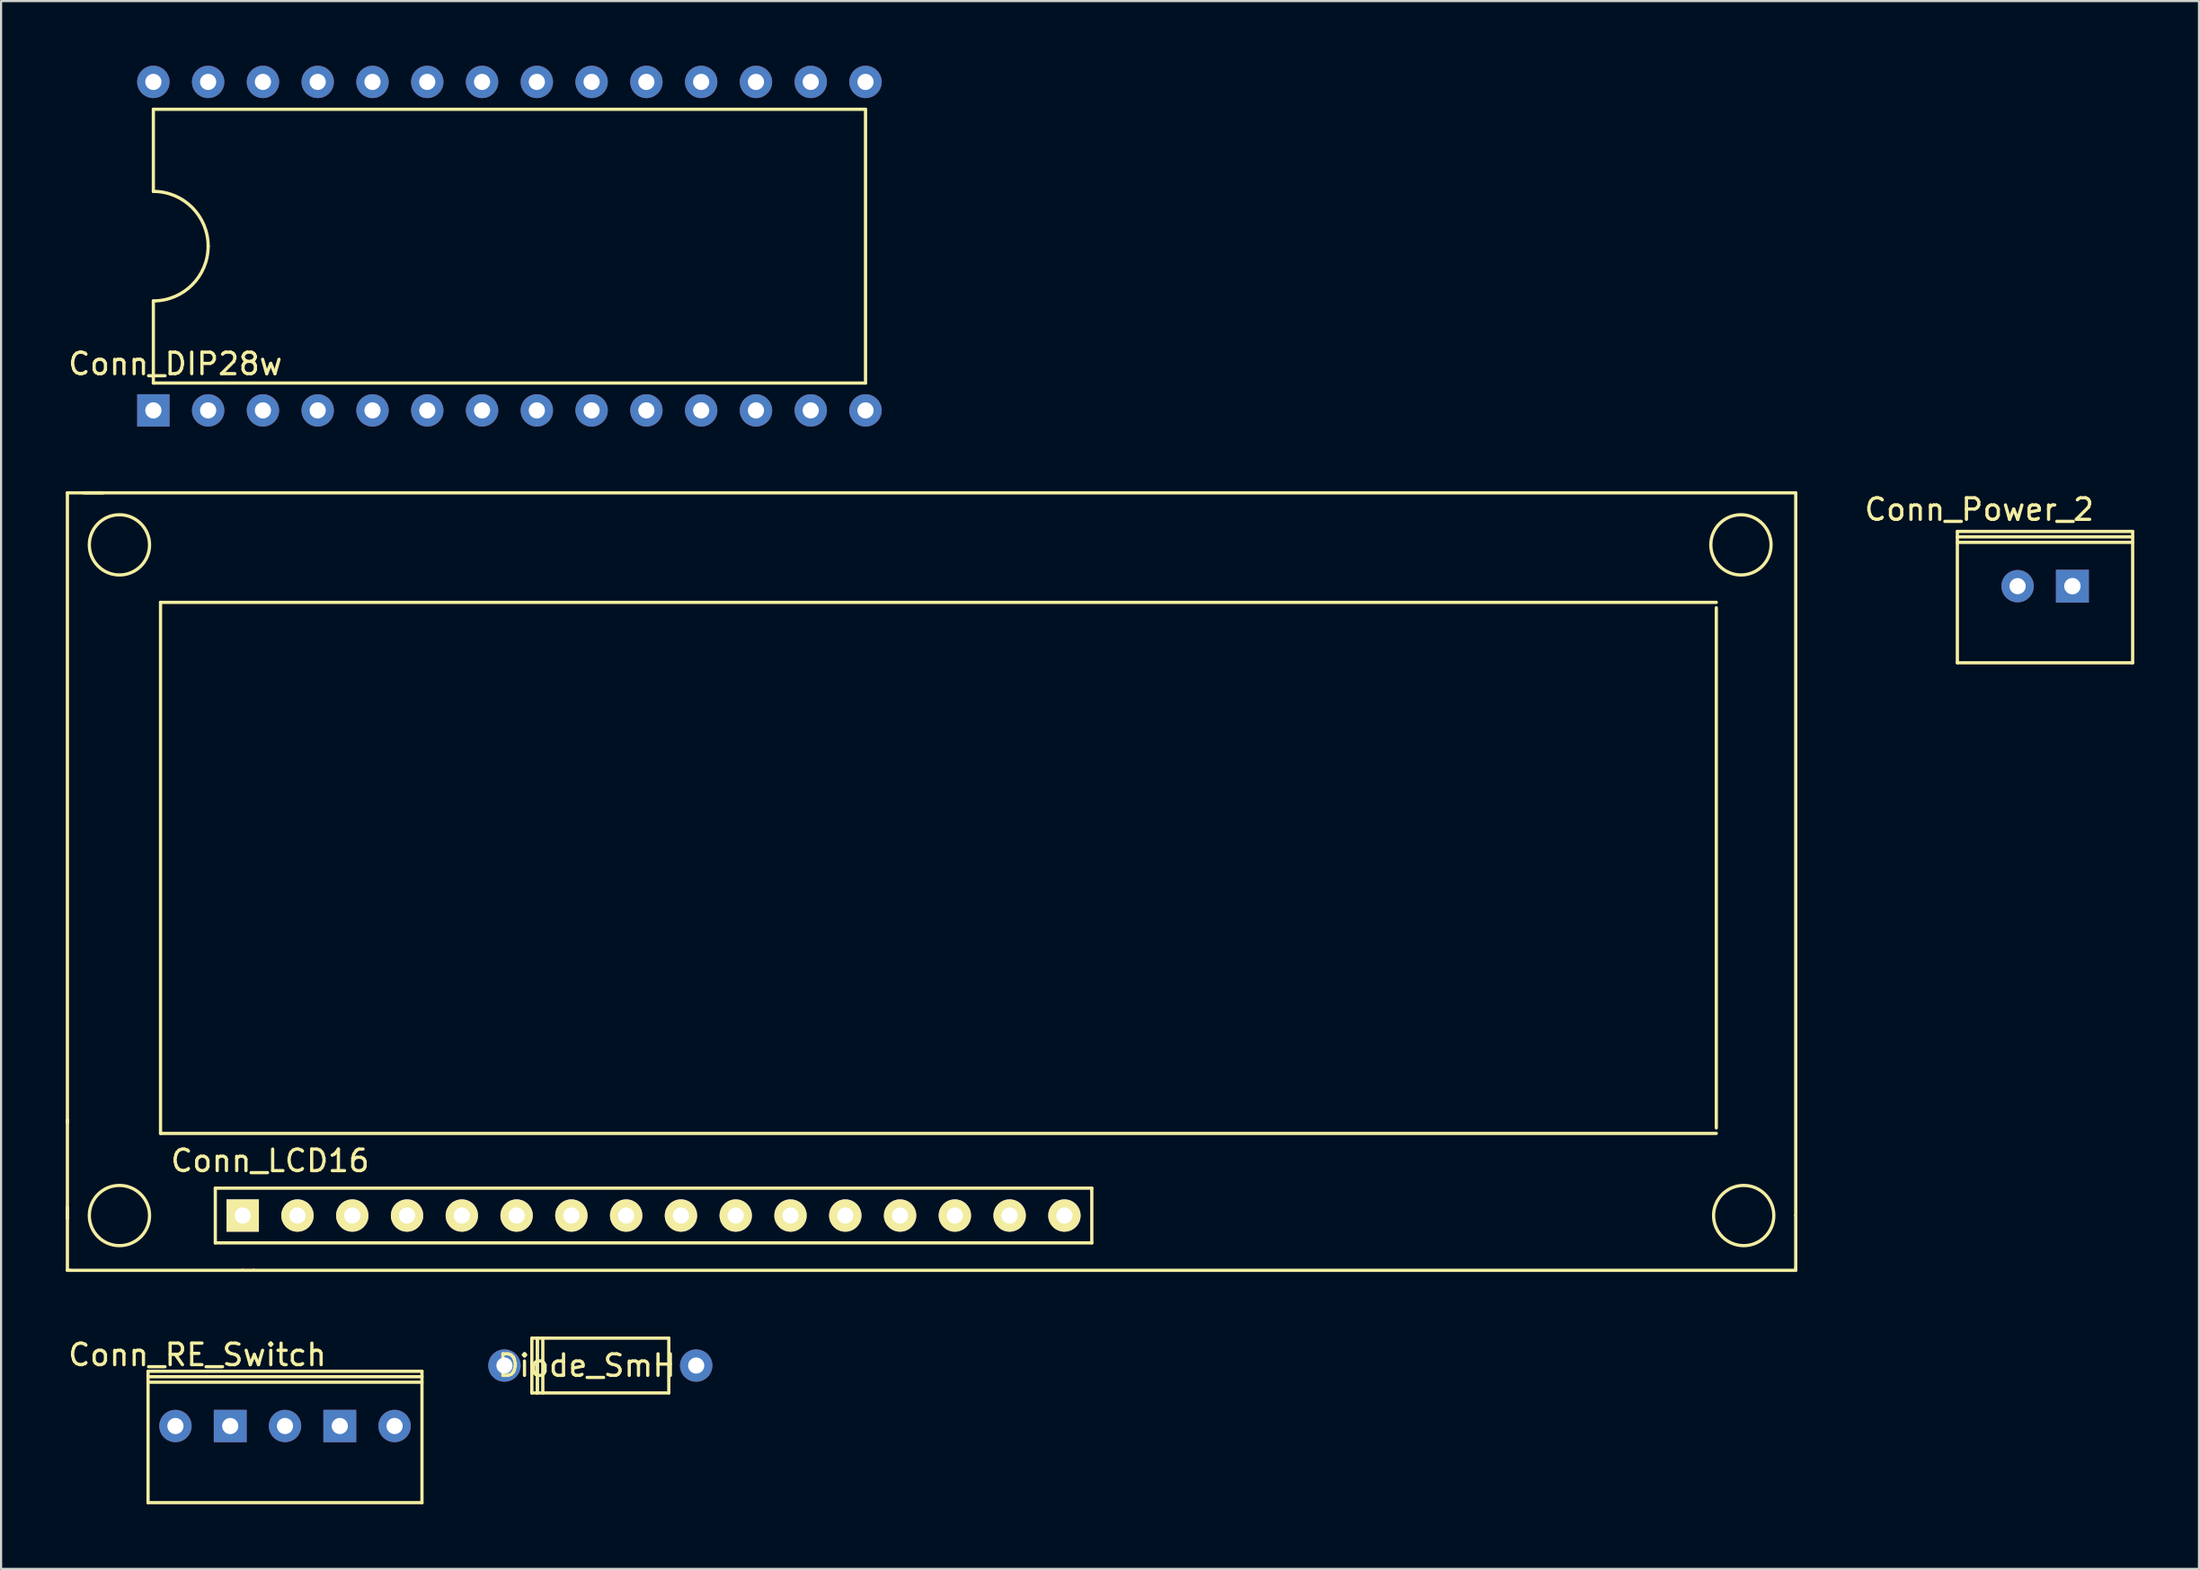
<source format=kicad_pcb>
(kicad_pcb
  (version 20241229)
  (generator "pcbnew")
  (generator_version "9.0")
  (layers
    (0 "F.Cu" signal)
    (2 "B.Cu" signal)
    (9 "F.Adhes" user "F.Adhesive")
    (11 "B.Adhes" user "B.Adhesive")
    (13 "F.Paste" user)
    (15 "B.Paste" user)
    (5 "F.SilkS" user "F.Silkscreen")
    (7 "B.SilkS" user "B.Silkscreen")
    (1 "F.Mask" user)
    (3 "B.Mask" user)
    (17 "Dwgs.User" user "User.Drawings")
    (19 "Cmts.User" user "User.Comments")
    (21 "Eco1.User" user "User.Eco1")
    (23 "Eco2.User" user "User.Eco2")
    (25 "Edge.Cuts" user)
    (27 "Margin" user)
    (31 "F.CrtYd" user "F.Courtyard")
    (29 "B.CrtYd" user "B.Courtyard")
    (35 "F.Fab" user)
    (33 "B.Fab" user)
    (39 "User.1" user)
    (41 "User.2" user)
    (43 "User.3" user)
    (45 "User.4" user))
  (footprint "Diode_SmH"
    (layer "F.Cu")
    (at 24.912 60.303)
    (property "Reference" "Diode_SmH" (at -0.762 0 0) (layer "F.SilkS") (effects (font (size 1 1) (thickness 0.15))))
    (attr through_hole)
    (fp_line (start -3.302 -1.27) (end 3.048 -1.27) (stroke (width 0.15) (type solid)) (layer "F.SilkS"))
    (fp_line (start -3.302 1.27) (end -3.302 -1.27) (stroke (width 0.15) (type solid)) (layer "F.SilkS"))
    (fp_line (start -3.302 1.27) (end 3.048 1.27) (stroke (width 0.15) (type solid)) (layer "F.SilkS"))
    (fp_line (start -3.048 -1.27) (end -3.048 1.27) (stroke (width 0.15) (type solid)) (layer "F.SilkS"))
    (fp_line (start -3.048 1.27) (end -3.048 -1.27) (stroke (width 0.15) (type solid)) (layer "F.SilkS"))
    (fp_line (start -2.794 -1.27) (end -2.794 1.27) (stroke (width 0.15) (type solid)) (layer "F.SilkS"))
    (fp_line (start 3.048 -1.27) (end 3.048 1.27) (stroke (width 0.15) (type solid)) (layer "F.SilkS"))
    (pad "1" thru_hole circle (at -4.572 0) (size 1.5 1.5) (drill 0.75) (layers "*.Cu" "*.Mask"))
    (pad "2" thru_hole circle (at 4.318 0) (size 1.5 1.5) (drill 0.75) (layers "*.Cu" "*.Mask")))
  (footprint "Conn_Power_2"
    (layer "F.Cu")
    (at 91.77 24.144)
    (property "Reference" "Conn_Power_2" (at -3.048 -3.556 0) (layer "F.SilkS") (effects (font (size 1 1) (thickness 0.15))))
    (attr through_hole)
    (fp_line (start -4.064 -2.54) (end -4.064 3.556) (stroke (width 0.15) (type solid)) (layer "F.SilkS"))
    (fp_line (start -4.064 -2.54) (end 4.064 -2.54) (stroke (width 0.15) (type solid)) (layer "F.SilkS"))
    (fp_line (start -4.064 -2.286) (end 4.064 -2.286) (stroke (width 0.15) (type solid)) (layer "F.SilkS"))
    (fp_line (start -4.064 -2.032) (end 4.064 -2.032) (stroke (width 0.15) (type solid)) (layer "F.SilkS"))
    (fp_line (start -4.064 3.556) (end 4.064 3.556) (stroke (width 0.15) (type solid)) (layer "F.SilkS"))
    (fp_line (start 4.064 -2.54) (end 4.064 3.556) (stroke (width 0.15) (type solid)) (layer "F.SilkS"))
    (pad "1" thru_hole circle (at -1.27 0 180) (size 1.5 1.5) (drill 0.75) (layers "*.Cu" "*.Mask"))
    (pad "2" thru_hole rect (at 1.27 0 180) (size 1.524 1.524) (drill 0.762) (layers "*.Cu" "*.Mask")))
  (footprint "Conn_LCD16"
    (layer "F.Cu")
    (at 27.253 53.343)
    (property "Reference" "Conn_LCD16" (at -17.78 -2.54 0) (layer "F.SilkS") (effects (font (size 1 1) (thickness 0.15))))
    (attr through_hole)
    (fp_line (start -27.178 -33.528) (end 52.959 -33.528) (stroke (width 0.15) (type solid)) (layer "F.SilkS"))
    (fp_line (start -27.178 -4.318) (end -27.178 -33.528) (stroke (width 0.15) (type solid)) (layer "F.SilkS"))
    (fp_line (start -27.178 0.127) (end -27.178 -0.381) (stroke (width 0.15) (type solid)) (layer "F.SilkS"))
    (fp_line (start -27.178 2.54) (end -27.178 -4.445) (stroke (width 0.15) (type solid)) (layer "F.SilkS"))
    (fp_line (start -27.051 2.54) (end -27.178 2.54) (stroke (width 0.15) (type solid)) (layer "F.SilkS"))
    (fp_line (start -26.416 -33.528) (end -25.527 -33.528) (stroke (width 0.15) (type solid)) (layer "F.SilkS"))
    (fp_line (start -22.86 -28.448) (end -22.86 -3.81) (stroke (width 0.15) (type solid)) (layer "F.SilkS"))
    (fp_line (start -22.86 -28.448) (end 49.276 -28.448) (stroke (width 0.15) (type solid)) (layer "F.SilkS"))
    (fp_line (start -22.86 -3.81) (end 49.276 -3.81) (stroke (width 0.15) (type solid)) (layer "F.SilkS"))
    (fp_line (start -20.32 -1.27) (end 20.32 -1.27) (stroke (width 0.15) (type solid)) (layer "F.SilkS"))
    (fp_line (start -20.32 1.27) (end -20.32 -1.27) (stroke (width 0.15) (type solid)) (layer "F.SilkS"))
    (fp_line (start -19.05 2.54) (end -27.051 2.54) (stroke (width 0.15) (type solid)) (layer "F.SilkS"))
    (fp_line (start -19.05 2.54) (end -18.542 2.54) (stroke (width 0.15) (type solid)) (layer "F.SilkS"))
    (fp_line (start -18.542 2.54) (end 52.959 2.54) (stroke (width 0.15) (type solid)) (layer "F.SilkS"))
    (fp_line (start 20.32 -1.27) (end 20.32 1.27) (stroke (width 0.15) (type solid)) (layer "F.SilkS"))
    (fp_line (start 20.32 1.27) (end -20.32 1.27) (stroke (width 0.15) (type solid)) (layer "F.SilkS"))
    (fp_line (start 49.276 -28.194) (end 49.276 -4.064) (stroke (width 0.15) (type solid)) (layer "F.SilkS"))
    (fp_line (start 52.959 0) (end 52.959 -33.528) (stroke (width 0.15) (type solid)) (layer "F.SilkS"))
    (fp_line (start 52.959 0) (end 52.959 2.413) (stroke (width 0.15) (type solid)) (layer "F.SilkS"))
    (fp_line (start 52.959 2.413) (end 52.959 2.54) (stroke (width 0.15) (type solid)) (layer "F.SilkS"))
    (fp_circle (center -24.765 -31.115) (end -24.765 -32.512) (stroke (width 0.15) (type solid)) (fill no) (layer "F.SilkS"))
    (fp_circle (center -24.765 0) (end -24.765 -1.397) (stroke (width 0.15) (type solid)) (fill no) (layer "F.SilkS"))
    (fp_circle (center 50.419 -31.115) (end 51.816 -31.115) (stroke (width 0.15) (type solid)) (fill no) (layer "F.SilkS"))
    (fp_circle (center 50.546 0) (end 50.546 1.397) (stroke (width 0.15) (type solid)) (fill no) (layer "F.SilkS"))
    (pad "1" thru_hole rect (at -19.05 0) (size 1.5 1.5) (drill 0.75) (layers "*.Cu" "*.Mask" "F.SilkS"))
    (pad "2" thru_hole circle (at -16.51 0) (size 1.5 1.5) (drill 0.75) (layers "*.Cu" "*.Mask" "F.SilkS"))
    (pad "3" thru_hole circle (at -13.97 0) (size 1.5 1.5) (drill 0.75) (layers "*.Cu" "*.Mask" "F.SilkS"))
    (pad "4" thru_hole circle (at -11.43 0) (size 1.5 1.5) (drill 0.75) (layers "*.Cu" "*.Mask" "F.SilkS"))
    (pad "5" thru_hole circle (at -8.89 0) (size 1.5 1.5) (drill 0.75) (layers "*.Cu" "*.Mask" "F.SilkS"))
    (pad "6" thru_hole circle (at -6.35 0) (size 1.5 1.5) (drill 0.75) (layers "*.Cu" "*.Mask" "F.SilkS"))
    (pad "7" thru_hole circle (at -3.81 0) (size 1.5 1.5) (drill 0.75) (layers "*.Cu" "*.Mask" "F.SilkS"))
    (pad "8" thru_hole circle (at -1.27 0) (size 1.5 1.5) (drill 0.75) (layers "*.Cu" "*.Mask" "F.SilkS"))
    (pad "9" thru_hole circle (at 1.27 0) (size 1.5 1.5) (drill 0.75) (layers "*.Cu" "*.Mask" "F.SilkS"))
    (pad "10" thru_hole circle (at 3.81 0) (size 1.5 1.5) (drill 0.75) (layers "*.Cu" "*.Mask" "F.SilkS"))
    (pad "11" thru_hole circle (at 6.35 0) (size 1.5 1.5) (drill 0.75) (layers "*.Cu" "*.Mask" "F.SilkS"))
    (pad "12" thru_hole circle (at 8.89 0) (size 1.5 1.5) (drill 0.75) (layers "*.Cu" "*.Mask" "F.SilkS"))
    (pad "13" thru_hole circle (at 11.43 0) (size 1.5 1.5) (drill 0.75) (layers "*.Cu" "*.Mask" "F.SilkS"))
    (pad "14" thru_hole circle (at 13.97 0) (size 1.5 1.5) (drill 0.75) (layers "*.Cu" "*.Mask" "F.SilkS"))
    (pad "15" thru_hole circle (at 16.51 0) (size 1.5 1.5) (drill 0.75) (layers "*.Cu" "*.Mask" "F.SilkS"))
    (pad "16" thru_hole circle (at 19.05 0) (size 1.5 1.5) (drill 0.75) (layers "*.Cu" "*.Mask" "F.SilkS")))
  (footprint "Conn_DIP28w"
    (layer "F.Cu")
    (at 21.46 8.243)
    (property "Reference" "Conn_DIP28w" (at -16.383 5.588 180) (layer "F.SilkS") (effects (font (size 1 1) (thickness 0.15))))
    (attr through_hole)
    (fp_line (start -17.399 -2.413) (end -17.399 -6.223) (stroke (width 0.15) (type solid)) (layer "F.SilkS"))
    (fp_line (start -17.399 6.477) (end -17.399 2.667) (stroke (width 0.15) (type solid)) (layer "F.SilkS"))
    (fp_line (start -17.399 6.477) (end 15.621 6.477) (stroke (width 0.15) (type solid)) (layer "F.SilkS"))
    (fp_line (start 15.621 -6.223) (end -17.399 -6.223) (stroke (width 0.15) (type solid)) (layer "F.SilkS"))
    (fp_line (start 15.621 6.477) (end 15.621 -6.223) (stroke (width 0.15) (type solid)) (layer "F.SilkS"))
    (fp_arc (start -17.399 -2.413) (mid -15.602949 -1.669051) (end -14.859 0.127) (stroke (width 0.15) (type solid)) (layer "F.SilkS"))
    (fp_arc (start -14.859 0.127) (mid -15.602949 1.923051) (end -17.399 2.667) (stroke (width 0.15) (type solid)) (layer "F.SilkS"))
    (pad "1" thru_hole rect (at -17.399 7.747 90) (size 1.5 1.5) (drill 0.75) (layers "*.Cu" "*.Mask"))
    (pad "2" thru_hole circle (at -14.859 7.747 90) (size 1.5 1.5) (drill 0.75) (layers "*.Cu" "*.Mask"))
    (pad "3" thru_hole circle (at -12.319 7.747 90) (size 1.5 1.5) (drill 0.75) (layers "*.Cu" "*.Mask"))
    (pad "4" thru_hole circle (at -9.779 7.747 90) (size 1.5 1.5) (drill 0.75) (layers "*.Cu" "*.Mask"))
    (pad "5" thru_hole circle (at -7.239 7.747 90) (size 1.5 1.5) (drill 0.75) (layers "*.Cu" "*.Mask"))
    (pad "6" thru_hole circle (at -4.699 7.747 90) (size 1.5 1.5) (drill 0.75) (layers "*.Cu" "*.Mask"))
    (pad "7" thru_hole circle (at -2.159 7.747 90) (size 1.5 1.5) (drill 0.75) (layers "*.Cu" "*.Mask"))
    (pad "8" thru_hole circle (at 0.381 7.747 90) (size 1.5 1.5) (drill 0.75) (layers "*.Cu" "*.Mask"))
    (pad "9" thru_hole circle (at 2.921 7.747 90) (size 1.5 1.5) (drill 0.75) (layers "*.Cu" "*.Mask"))
    (pad "10" thru_hole circle (at 5.461 7.747 90) (size 1.5 1.5) (drill 0.75) (layers "*.Cu" "*.Mask"))
    (pad "11" thru_hole circle (at 8.001 7.747 90) (size 1.5 1.5) (drill 0.75) (layers "*.Cu" "*.Mask"))
    (pad "12" thru_hole circle (at 10.541 7.747 90) (size 1.5 1.5) (drill 0.75) (layers "*.Cu" "*.Mask"))
    (pad "13" thru_hole circle (at 13.081 7.747 90) (size 1.5 1.5) (drill 0.75) (layers "*.Cu" "*.Mask"))
    (pad "14" thru_hole circle (at 15.621 7.747 90) (size 1.5 1.5) (drill 0.75) (layers "*.Cu" "*.Mask"))
    (pad "15" thru_hole circle (at 15.621 -7.493 90) (size 1.5 1.5) (drill 0.75) (layers "*.Cu" "*.Mask"))
    (pad "16" thru_hole circle (at 13.081 -7.493 90) (size 1.5 1.5) (drill 0.75) (layers "*.Cu" "*.Mask"))
    (pad "17" thru_hole circle (at 10.541 -7.493 90) (size 1.5 1.5) (drill 0.75) (layers "*.Cu" "*.Mask"))
    (pad "18" thru_hole circle (at 8.001 -7.493 90) (size 1.5 1.5) (drill 0.75) (layers "*.Cu" "*.Mask"))
    (pad "19" thru_hole circle (at 5.461 -7.493 90) (size 1.5 1.5) (drill 0.75) (layers "*.Cu" "*.Mask"))
    (pad "20" thru_hole circle (at 2.921 -7.493 90) (size 1.5 1.5) (drill 0.75) (layers "*.Cu" "*.Mask"))
    (pad "21" thru_hole circle (at 0.381 -7.493 90) (size 1.5 1.5) (drill 0.75) (layers "*.Cu" "*.Mask"))
    (pad "22" thru_hole circle (at -2.159 -7.493 90) (size 1.5 1.5) (drill 0.75) (layers "*.Cu" "*.Mask"))
    (pad "23" thru_hole circle (at -4.699 -7.493 90) (size 1.5 1.5) (drill 0.75) (layers "*.Cu" "*.Mask"))
    (pad "24" thru_hole circle (at -7.239 -7.493 90) (size 1.5 1.5) (drill 0.75) (layers "*.Cu" "*.Mask"))
    (pad "25" thru_hole circle (at -9.779 -7.493 90) (size 1.5 1.5) (drill 0.75) (layers "*.Cu" "*.Mask"))
    (pad "26" thru_hole circle (at -12.319 -7.493 90) (size 1.5 1.5) (drill 0.75) (layers "*.Cu" "*.Mask"))
    (pad "27" thru_hole circle (at -14.859 -7.493 90) (size 1.5 1.5) (drill 0.75) (layers "*.Cu" "*.Mask"))
    (pad "28" thru_hole circle (at -17.399 -7.493 90) (size 1.5 1.5) (drill 0.75) (layers "*.Cu" "*.Mask")))
  (footprint "Conn_RE_Switch"
    (layer "F.Cu")
    (at 10.165 63.108)
    (property "Reference" "Conn_RE_Switch" (at -4.064 -3.302 0) (layer "F.SilkS") (effects (font (size 1 1) (thickness 0.15))))
    (attr through_hole)
    (fp_line (start -6.35 -2.54) (end -6.35 3.556) (stroke (width 0.15) (type solid)) (layer "F.SilkS"))
    (fp_line (start -6.35 -2.54) (end 6.35 -2.54) (stroke (width 0.15) (type solid)) (layer "F.SilkS"))
    (fp_line (start -6.35 -2.286) (end 6.35 -2.286) (stroke (width 0.15) (type solid)) (layer "F.SilkS"))
    (fp_line (start -6.35 -2.032) (end 6.35 -2.032) (stroke (width 0.15) (type solid)) (layer "F.SilkS"))
    (fp_line (start -6.35 3.556) (end 6.35 3.556) (stroke (width 0.15) (type solid)) (layer "F.SilkS"))
    (fp_line (start 6.35 -2.54) (end 6.35 3.556) (stroke (width 0.15) (type solid)) (layer "F.SilkS"))
    (pad "1" thru_hole circle (at 5.08 0 90) (size 1.5 1.5) (drill 0.75) (layers "*.Cu" "*.Mask"))
    (pad "2" thru_hole rect (at 2.54 0 90) (size 1.5 1.524) (drill 0.75) (layers "*.Cu" "*.Mask"))
    (pad "3" thru_hole circle (at 0 0 90) (size 1.5 1.5) (drill 0.75) (layers "*.Cu" "*.Mask"))
    (pad "4" thru_hole rect (at -2.54 0 90) (size 1.5 1.524) (drill 0.75) (layers "*.Cu" "*.Mask"))
    (pad "5" thru_hole circle (at -5.08 0 90) (size 1.5 1.5) (drill 0.75) (layers "*.Cu" "*.Mask")))
  (gr_rect
    (start -3 -3)
    (end 98.909 69.739)
    (stroke (width 0.1) (type default))
    (fill no)
    (layer "Edge.Cuts")))
</source>
